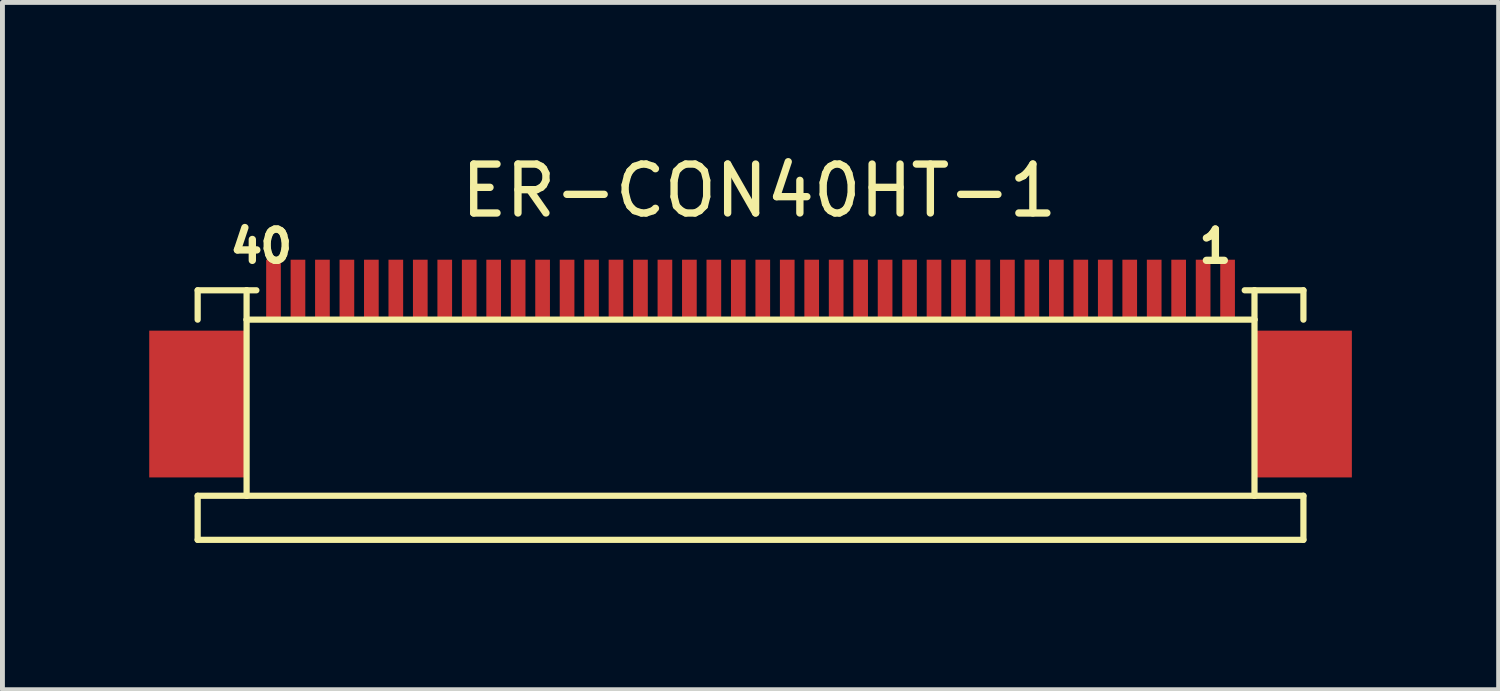
<source format=kicad_pcb>
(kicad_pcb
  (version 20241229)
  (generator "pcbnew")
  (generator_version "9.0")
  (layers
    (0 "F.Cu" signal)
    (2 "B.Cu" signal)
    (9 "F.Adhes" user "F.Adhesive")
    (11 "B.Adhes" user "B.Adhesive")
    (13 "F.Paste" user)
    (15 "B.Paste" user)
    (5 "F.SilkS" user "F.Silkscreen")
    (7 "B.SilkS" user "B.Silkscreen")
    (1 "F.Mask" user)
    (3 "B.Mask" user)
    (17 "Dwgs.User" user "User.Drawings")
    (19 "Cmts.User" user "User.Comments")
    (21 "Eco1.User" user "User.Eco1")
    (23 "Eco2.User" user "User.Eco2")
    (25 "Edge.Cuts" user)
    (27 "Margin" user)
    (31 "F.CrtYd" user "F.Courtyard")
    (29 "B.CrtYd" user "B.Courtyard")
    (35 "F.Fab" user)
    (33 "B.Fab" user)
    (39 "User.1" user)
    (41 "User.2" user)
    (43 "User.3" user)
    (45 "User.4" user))
  (footprint "ER-CON40HT-1"
    (layer "F.Cu")
    (at 12.29 4.483)
    (property "Reference" "ER-CON40HT-1" (at 0.175 -3.635 0) (layer "F.SilkS") (effects (font (size 1 1) (thickness 0.15))))
    (attr through_hole)
    (fp_line (start -11.3 -1.6) (end -11.3 -1) (stroke (width 0.127) (type solid)) (layer "F.SilkS"))
    (fp_line (start -11.3 2.6) (end -11.3 3.5) (stroke (width 0.127) (type solid)) (layer "F.SilkS"))
    (fp_line (start -11.3 2.6) (end -10.3 2.6) (stroke (width 0.127) (type solid)) (layer "F.SilkS"))
    (fp_line (start -11.3 3.5) (end 11.3 3.5) (stroke (width 0.127) (type solid)) (layer "F.SilkS"))
    (fp_line (start -10.3 -1.6) (end -11.3 -1.6) (stroke (width 0.127) (type solid)) (layer "F.SilkS"))
    (fp_line (start -10.3 -1.6) (end -10.3 -1) (stroke (width 0.127) (type solid)) (layer "F.SilkS"))
    (fp_line (start -10.3 -1) (end -10.3 2.6) (stroke (width 0.127) (type solid)) (layer "F.SilkS"))
    (fp_line (start -10.3 -1) (end 10.3 -1) (stroke (width 0.127) (type solid)) (layer "F.SilkS"))
    (fp_line (start -10.3 2.6) (end 10.3 2.6) (stroke (width 0.127) (type solid)) (layer "F.SilkS"))
    (fp_line (start -10.1 -1.6) (end -10.3 -1.6) (stroke (width 0.127) (type solid)) (layer "F.SilkS"))
    (fp_line (start 10.1 -1.6) (end 10.3 -1.6) (stroke (width 0.127) (type solid)) (layer "F.SilkS"))
    (fp_line (start 10.3 -1.6) (end 10.3 -1) (stroke (width 0.127) (type solid)) (layer "F.SilkS"))
    (fp_line (start 10.3 -1.6) (end 11.3 -1.6) (stroke (width 0.127) (type solid)) (layer "F.SilkS"))
    (fp_line (start 10.3 -1) (end 10.3 2.6) (stroke (width 0.127) (type solid)) (layer "F.SilkS"))
    (fp_line (start 10.3 2.6) (end 11.3 2.6) (stroke (width 0.127) (type solid)) (layer "F.SilkS"))
    (fp_line (start 11.3 -1.6) (end 11.3 -1) (stroke (width 0.127) (type solid)) (layer "F.SilkS"))
    (fp_line (start 11.3 3.5) (end 11.3 2.6) (stroke (width 0.127) (type solid)) (layer "F.SilkS"))
    (fp_text user "1" (at 9.5 -2.5 0) (layer "F.SilkS") (effects (font (size 0.64 0.64) (thickness 0.15))))
    (fp_text user "40" (at -10 -2.5 0) (layer "F.SilkS") (effects (font (size 0.64 0.64) (thickness 0.15))))
    (pad "1" smd rect (at 9.75 -1.6) (size 0.3 1.25) (layers "F.Cu" "F.Mask" "F.Paste"))
    (pad "2" smd rect (at 9.25 -1.6) (size 0.3 1.25) (layers "F.Cu" "F.Mask" "F.Paste"))
    (pad "3" smd rect (at 8.75 -1.6) (size 0.3 1.25) (layers "F.Cu" "F.Mask" "F.Paste"))
    (pad "4" smd rect (at 8.25 -1.6) (size 0.3 1.25) (layers "F.Cu" "F.Mask" "F.Paste"))
    (pad "5" smd rect (at 7.75 -1.6) (size 0.3 1.25) (layers "F.Cu" "F.Mask" "F.Paste"))
    (pad "6" smd rect (at 7.25 -1.6) (size 0.3 1.25) (layers "F.Cu" "F.Mask" "F.Paste"))
    (pad "7" smd rect (at 6.75 -1.6) (size 0.3 1.25) (layers "F.Cu" "F.Mask" "F.Paste"))
    (pad "8" smd rect (at 6.25 -1.6) (size 0.3 1.25) (layers "F.Cu" "F.Mask" "F.Paste"))
    (pad "9" smd rect (at 5.75 -1.6) (size 0.3 1.25) (layers "F.Cu" "F.Mask" "F.Paste"))
    (pad "10" smd rect (at 5.25 -1.6) (size 0.3 1.25) (layers "F.Cu" "F.Mask" "F.Paste"))
    (pad "11" smd rect (at 4.75 -1.6) (size 0.3 1.25) (layers "F.Cu" "F.Mask" "F.Paste"))
    (pad "12" smd rect (at 4.25 -1.6) (size 0.3 1.25) (layers "F.Cu" "F.Mask" "F.Paste"))
    (pad "13" smd rect (at 3.75 -1.6) (size 0.3 1.25) (layers "F.Cu" "F.Mask" "F.Paste"))
    (pad "14" smd rect (at 3.25 -1.6) (size 0.3 1.25) (layers "F.Cu" "F.Mask" "F.Paste"))
    (pad "15" smd rect (at 2.75 -1.6) (size 0.3 1.25) (layers "F.Cu" "F.Mask" "F.Paste"))
    (pad "16" smd rect (at 2.25 -1.6) (size 0.3 1.25) (layers "F.Cu" "F.Mask" "F.Paste"))
    (pad "17" smd rect (at 1.75 -1.6) (size 0.3 1.25) (layers "F.Cu" "F.Mask" "F.Paste"))
    (pad "18" smd rect (at 1.25 -1.6) (size 0.3 1.25) (layers "F.Cu" "F.Mask" "F.Paste"))
    (pad "19" smd rect (at 0.75 -1.6) (size 0.3 1.25) (layers "F.Cu" "F.Mask" "F.Paste"))
    (pad "20" smd rect (at 0.25 -1.6) (size 0.3 1.25) (layers "F.Cu" "F.Mask" "F.Paste"))
    (pad "21" smd rect (at -0.25 -1.6) (size 0.3 1.25) (layers "F.Cu" "F.Mask" "F.Paste"))
    (pad "22" smd rect (at -0.75 -1.6) (size 0.3 1.25) (layers "F.Cu" "F.Mask" "F.Paste"))
    (pad "23" smd rect (at -1.25 -1.6) (size 0.3 1.25) (layers "F.Cu" "F.Mask" "F.Paste"))
    (pad "24" smd rect (at -1.75 -1.6) (size 0.3 1.25) (layers "F.Cu" "F.Mask" "F.Paste"))
    (pad "25" smd rect (at -2.25 -1.6) (size 0.3 1.25) (layers "F.Cu" "F.Mask" "F.Paste"))
    (pad "26" smd rect (at -2.75 -1.6) (size 0.3 1.25) (layers "F.Cu" "F.Mask" "F.Paste"))
    (pad "27" smd rect (at -3.25 -1.6) (size 0.3 1.25) (layers "F.Cu" "F.Mask" "F.Paste"))
    (pad "28" smd rect (at -3.75 -1.6) (size 0.3 1.25) (layers "F.Cu" "F.Mask" "F.Paste"))
    (pad "29" smd rect (at -4.25 -1.6) (size 0.3 1.25) (layers "F.Cu" "F.Mask" "F.Paste"))
    (pad "30" smd rect (at -4.75 -1.6) (size 0.3 1.25) (layers "F.Cu" "F.Mask" "F.Paste"))
    (pad "31" smd rect (at -5.25 -1.6) (size 0.3 1.25) (layers "F.Cu" "F.Mask" "F.Paste"))
    (pad "32" smd rect (at -5.75 -1.6) (size 0.3 1.25) (layers "F.Cu" "F.Mask" "F.Paste"))
    (pad "33" smd rect (at -6.25 -1.6) (size 0.3 1.25) (layers "F.Cu" "F.Mask" "F.Paste"))
    (pad "34" smd rect (at -6.75 -1.6) (size 0.3 1.25) (layers "F.Cu" "F.Mask" "F.Paste"))
    (pad "35" smd rect (at -7.25 -1.6) (size 0.3 1.25) (layers "F.Cu" "F.Mask" "F.Paste"))
    (pad "36" smd rect (at -7.75 -1.6) (size 0.3 1.25) (layers "F.Cu" "F.Mask" "F.Paste"))
    (pad "37" smd rect (at -8.25 -1.6) (size 0.3 1.25) (layers "F.Cu" "F.Mask" "F.Paste"))
    (pad "38" smd rect (at -8.75 -1.6) (size 0.3 1.25) (layers "F.Cu" "F.Mask" "F.Paste"))
    (pad "39" smd rect (at -9.25 -1.6) (size 0.3 1.25) (layers "F.Cu" "F.Mask" "F.Paste"))
    (pad "40" smd rect (at -9.75 -1.6) (size 0.3 1.25) (layers "F.Cu" "F.Mask" "F.Paste"))
    (pad "NC1" smd rect (at -11.29 0.725) (size 2 3) (layers "F.Cu" "F.Mask" "F.Paste"))
    (pad "NC2" smd rect (at 11.29 0.725) (size 2 3) (layers "F.Cu" "F.Mask" "F.Paste")))
  (gr_rect
    (start -3 -3)
    (end 27.58 11.047)
    (stroke (width 0.1) (type default))
    (fill no)
    (layer "Edge.Cuts")))
</source>
